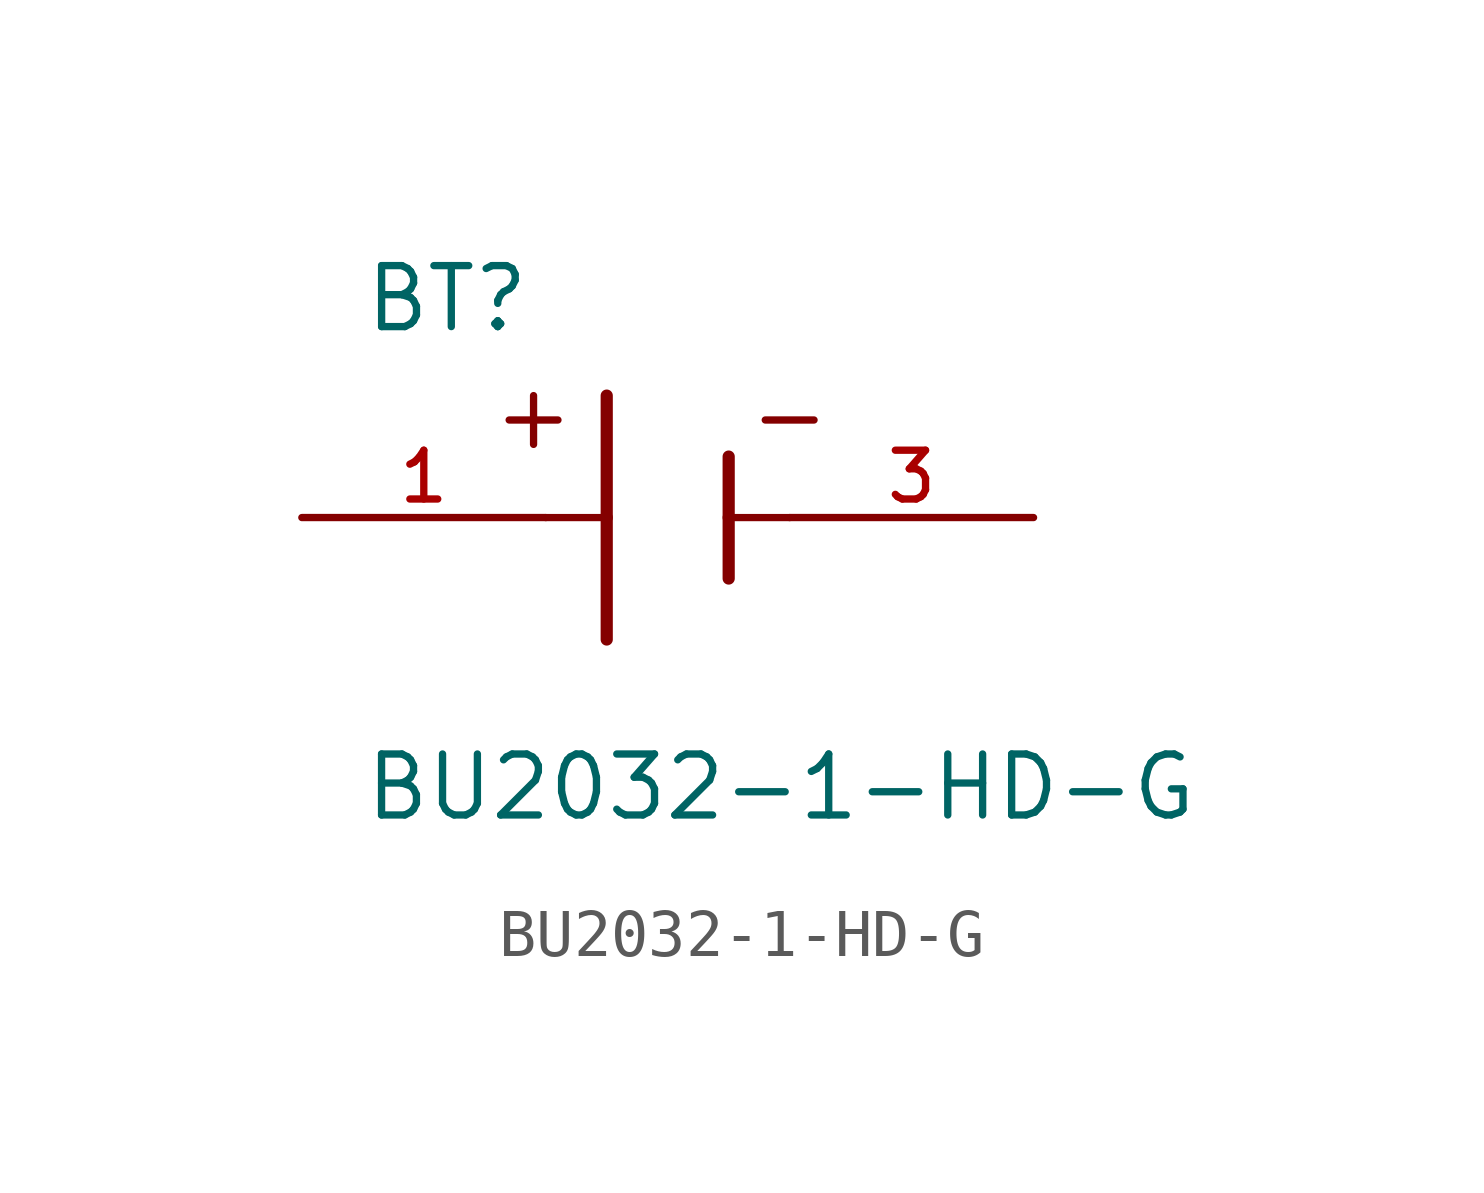
<source format=kicad_sym>
(kicad_symbol_lib
  (version 20211014)
  (generator kicad_symbol_editor)
  (symbol "BU2032-1-HD-G"
    (pin_names
      (offset 1.016))
    (property "Reference" "BT"
      (at -6.361 3.814 0)
      (effects (font (size 1.27 1.27)) (justify bottom left)))
    (property "Value" "BU2032-1-HD-G"
      (at -6.362 -6.358 0)
      (effects (font (size 1.27 1.27)) (justify bottom left)))
    (symbol "BU2032-1-HD-G_0_0"
      (polyline (pts (xy -1.27 2.54) (xy -1.27 0.0)) (stroke (width 0.254)))
      (polyline (pts (xy -1.27 0.0) (xy -1.27 -2.54)) (stroke (width 0.254)))
      (polyline (pts (xy 1.27 1.27) (xy 1.27 0.0)) (stroke (width 0.254)))
      (polyline (pts (xy 1.27 0.0) (xy 1.27 -1.27)) (stroke (width 0.254)))
      (polyline (pts (xy -2.54 0.0) (xy -1.27 0.0)) (stroke (width 0.152)))
      (polyline (pts (xy 1.27 0.0) (xy 2.54 0.0)) (stroke (width 0.152)))
      (polyline (pts (xy -2.794 2.54) (xy -2.794 1.524)) (stroke (width 0.152)))
      (polyline (pts (xy -3.302 2.032) (xy -2.286 2.032)) (stroke (width 0.152)))
      (polyline (pts (xy 2.032 2.032) (xy 3.048 2.032)) (stroke (width 0.152)))
      (pin passive line (at -7.62 0.0 0) (length 5.08) (name "~" (effects (font (size 1.016 1.016)))) (number "1" (effects (font (size 1.016 1.016)))))
      (pin passive line (at 7.62 0.0 180.0) (length 5.08) (name "~" (effects (font (size 1.016 1.016)))) (number "3" (effects (font (size 1.016 1.016))))))))
</source>
